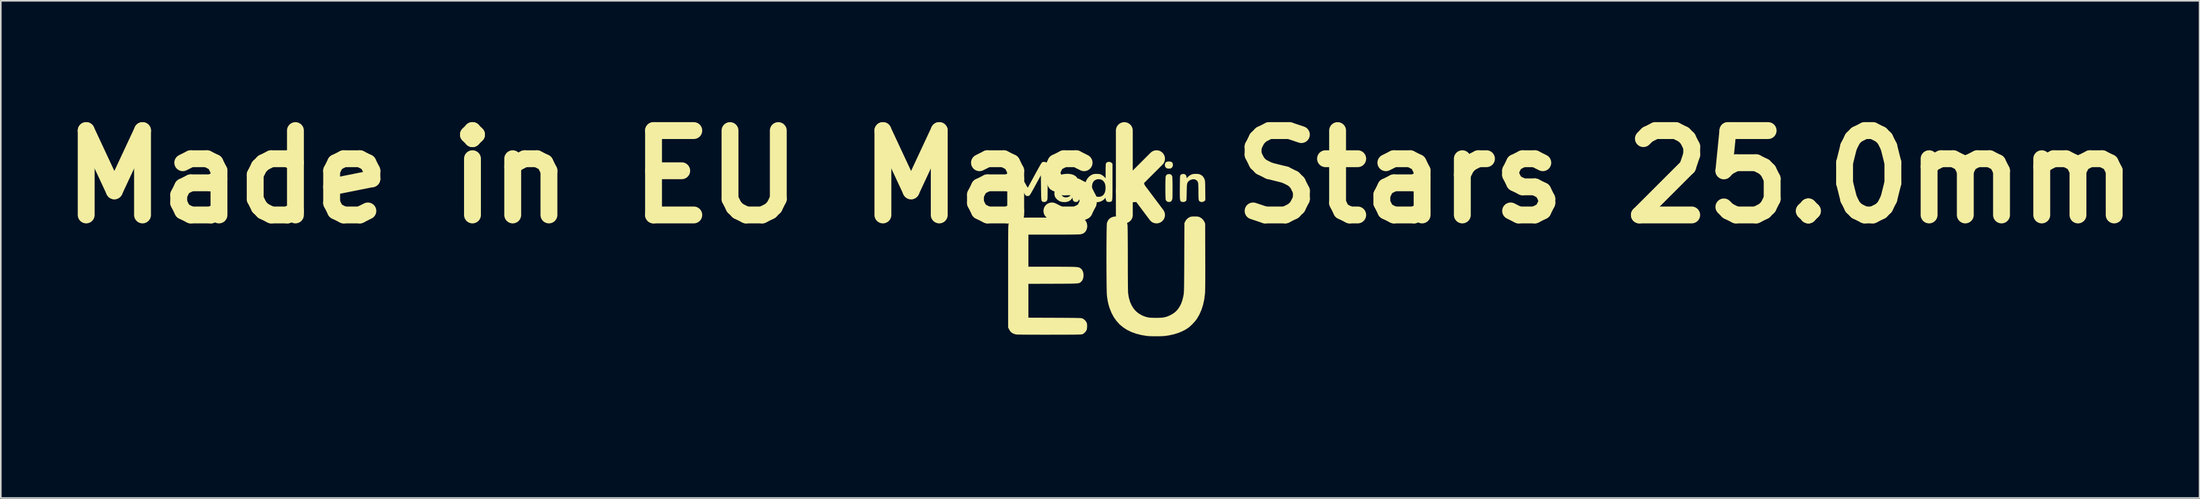
<source format=kicad_pcb>
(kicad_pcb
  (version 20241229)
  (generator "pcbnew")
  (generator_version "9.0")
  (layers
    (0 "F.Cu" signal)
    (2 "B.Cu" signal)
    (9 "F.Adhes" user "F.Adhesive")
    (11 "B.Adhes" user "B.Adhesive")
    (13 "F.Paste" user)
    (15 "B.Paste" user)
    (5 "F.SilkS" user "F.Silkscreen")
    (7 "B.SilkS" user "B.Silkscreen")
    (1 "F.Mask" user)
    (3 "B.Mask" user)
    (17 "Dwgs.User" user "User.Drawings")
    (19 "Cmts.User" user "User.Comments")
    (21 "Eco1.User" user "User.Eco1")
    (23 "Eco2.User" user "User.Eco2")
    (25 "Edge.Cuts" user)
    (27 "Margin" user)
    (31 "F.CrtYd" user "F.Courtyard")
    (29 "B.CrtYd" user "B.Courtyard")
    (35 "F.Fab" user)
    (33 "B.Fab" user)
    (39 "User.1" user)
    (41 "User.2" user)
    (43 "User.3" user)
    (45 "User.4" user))
  (footprint "Made in EU Mask Stars 25.0mm"
    (layer "F.Cu")
    (at 65.11 12.419)
    (property "Reference" "Made in EU Mask Stars 25.0mm" (at 0 -4.5 180) (layer "F.SilkS") (effects (font (size 5.235 5.235) (thickness 1.045))))
    (attr board_only exclude_from_pos_files exclude_from_bom)
    (fp_poly (pts (xy 9.189 -7.11) (xy 9.189 -7.108) (xy 9.197 -7.085) (xy 9.215 -7.03) (xy 9.242 -6.948) (xy 9.276 -6.842) (xy 9.316 -6.718) (xy 9.361 -6.578) (xy 9.41 -6.428) (xy 9.415 -6.41) (xy 9.631 -5.74) (xy 10.371 -5.731) (xy 11.111 -5.722) (xy 10.514 -5.295) (xy 10.383 -5.2) (xy 10.262 -5.113) (xy 10.154 -5.035) (xy 10.063 -4.968) (xy 9.991 -4.914) (xy 9.942 -4.877) (xy 9.919 -4.859) (xy 9.918 -4.857) (xy 9.924 -4.838) (xy 9.94 -4.787) (xy 9.965 -4.709) (xy 9.997 -4.607) (xy 10.037 -4.485) (xy 10.081 -4.347) (xy 10.129 -4.197) (xy 10.139 -4.168) (xy 10.188 -4.017) (xy 10.233 -3.877) (xy 10.272 -3.752) (xy 10.305 -3.647) (xy 10.331 -3.564) (xy 10.347 -3.509) (xy 10.354 -3.484) (xy 10.354 -3.483) (xy 10.338 -3.492) (xy 10.296 -3.521) (xy 10.23 -3.567) (xy 10.144 -3.629) (xy 10.041 -3.703) (xy 9.924 -3.787) (xy 9.797 -3.88) (xy 9.765 -3.903) (xy 9.18 -4.33) (xy 8.623 -3.923) (xy 8.469 -3.81) (xy 8.343 -3.717) (xy 8.241 -3.644) (xy 8.162 -3.586) (xy 8.102 -3.544) (xy 8.059 -3.515) (xy 8.03 -3.498) (xy 8.014 -3.49) (xy 8.006 -3.491) (xy 8.005 -3.497) (xy 8.008 -3.509) (xy 8.009 -3.511) (xy 8.069 -3.693) (xy 8.128 -3.874) (xy 8.184 -4.05) (xy 8.238 -4.218) (xy 8.287 -4.375) (xy 8.331 -4.516) (xy 8.368 -4.639) (xy 8.398 -4.739) (xy 8.419 -4.814) (xy 8.43 -4.861) (xy 8.431 -4.874) (xy 8.413 -4.887) (xy 8.369 -4.919) (xy 8.3 -4.968) (xy 8.212 -5.032) (xy 8.107 -5.107) (xy 7.988 -5.192) (xy 7.859 -5.284) (xy 7.833 -5.303) (xy 7.25 -5.722) (xy 7.988 -5.727) (xy 8.725 -5.732) (xy 8.885 -6.229) (xy 8.951 -6.432) (xy 9.006 -6.603) (xy 9.052 -6.744) (xy 9.089 -6.857) (xy 9.118 -6.945) (xy 9.141 -7.012) (xy 9.158 -7.059) (xy 9.171 -7.09) (xy 9.179 -7.107) (xy 9.185 -7.113)) (stroke (width 0) (type solid)) (fill yes) (layer "F.Mask"))
    (fp_poly (pts (xy 0.024 8.807) (xy 0.041 8.862) (xy 0.068 8.944) (xy 0.101 9.049) (xy 0.141 9.174) (xy 0.186 9.314) (xy 0.234 9.465) (xy 0.242 9.49) (xy 0.46 10.169) (xy 1.192 10.178) (xy 1.924 10.188) (xy 1.376 10.581) (xy 1.248 10.673) (xy 1.129 10.759) (xy 1.021 10.836) (xy 0.93 10.903) (xy 0.857 10.956) (xy 0.808 10.992) (xy 0.786 11.009) (xy 0.743 11.044) (xy 0.959 11.713) (xy 1.007 11.865) (xy 1.053 12.006) (xy 1.093 12.132) (xy 1.128 12.239) (xy 1.155 12.324) (xy 1.174 12.381) (xy 1.183 12.408) (xy 1.183 12.409) (xy 1.183 12.425) (xy 1.168 12.417) (xy 1.142 12.397) (xy 1.091 12.36) (xy 1.019 12.308) (xy 0.931 12.243) (xy 0.83 12.17) (xy 0.721 12.09) (xy 0.607 12.007) (xy 0.493 11.925) (xy 0.382 11.844) (xy 0.28 11.77) (xy 0.189 11.705) (xy 0.115 11.651) (xy 0.06 11.611) (xy 0.03 11.59) (xy 0.025 11.587) (xy 0.007 11.595) (xy -0.037 11.623) (xy -0.103 11.667) (xy -0.188 11.724) (xy -0.288 11.793) (xy -0.397 11.87) (xy -0.514 11.952) (xy -0.633 12.037) (xy -0.752 12.122) (xy -0.865 12.204) (xy -0.969 12.28) (xy -1.061 12.348) (xy -1.136 12.405) (xy -1.153 12.418) (xy -1.172 12.429) (xy -1.169 12.412) (xy -1.169 12.411) (xy -1.161 12.387) (xy -1.143 12.332) (xy -1.117 12.251) (xy -1.084 12.151) (xy -1.047 12.034) (xy -1.006 11.907) (xy -0.963 11.775) (xy -0.921 11.642) (xy -0.879 11.513) (xy -0.841 11.394) (xy -0.807 11.289) (xy -0.78 11.203) (xy -0.761 11.142) (xy -0.752 11.114) (xy -0.728 11.036) (xy -1.325 10.607) (xy -1.922 10.178) (xy -1.185 10.178) (xy -0.449 10.178) (xy -0.316 9.764) (xy -0.271 9.623) (xy -0.222 9.472) (xy -0.174 9.322) (xy -0.13 9.184) (xy -0.093 9.068) (xy -0.088 9.054) (xy -0.056 8.958) (xy -0.028 8.878) (xy -0.005 8.82) (xy 0.01 8.787) (xy 0.016 8.784)) (stroke (width 0) (type solid)) (fill yes) (layer "F.Mask"))
    (fp_poly (pts (xy -5.137 -10.532) (xy -5.092 -10.39) (xy -5.045 -10.247) (xy -5.001 -10.109) (xy -4.96 -9.985) (xy -4.927 -9.883) (xy -4.91 -9.83) (xy -4.835 -9.602) (xy -4.097 -9.597) (xy -3.359 -9.592) (xy -3.889 -9.212) (xy -4.016 -9.121) (xy -4.136 -9.035) (xy -4.245 -8.956) (xy -4.339 -8.888) (xy -4.413 -8.834) (xy -4.465 -8.796) (xy -4.487 -8.78) (xy -4.554 -8.727) (xy -4.334 -8.044) (xy -4.285 -7.892) (xy -4.241 -7.752) (xy -4.201 -7.626) (xy -4.168 -7.52) (xy -4.143 -7.437) (xy -4.127 -7.381) (xy -4.12 -7.356) (xy -4.12 -7.354) (xy -4.136 -7.364) (xy -4.179 -7.393) (xy -4.244 -7.439) (xy -4.33 -7.5) (xy -4.433 -7.574) (xy -4.549 -7.657) (xy -4.675 -7.749) (xy -4.69 -7.76) (xy -4.818 -7.853) (xy -4.937 -7.94) (xy -5.043 -8.017) (xy -5.134 -8.082) (xy -5.205 -8.133) (xy -5.254 -8.166) (xy -5.276 -8.181) (xy -5.277 -8.181) (xy -5.296 -8.173) (xy -5.343 -8.144) (xy -5.412 -8.098) (xy -5.501 -8.037) (xy -5.607 -7.964) (xy -5.725 -7.879) (xy -5.853 -7.787) (xy -5.876 -7.77) (xy -6.005 -7.676) (xy -6.124 -7.59) (xy -6.23 -7.513) (xy -6.32 -7.449) (xy -6.391 -7.398) (xy -6.438 -7.365) (xy -6.46 -7.35) (xy -6.461 -7.35) (xy -6.457 -7.367) (xy -6.444 -7.416) (xy -6.421 -7.492) (xy -6.39 -7.592) (xy -6.352 -7.713) (xy -6.308 -7.85) (xy -6.261 -7.999) (xy -6.249 -8.034) (xy -6.2 -8.186) (xy -6.155 -8.327) (xy -6.115 -8.452) (xy -6.081 -8.559) (xy -6.055 -8.643) (xy -6.037 -8.7) (xy -6.029 -8.726) (xy -6.029 -8.727) (xy -6.043 -8.739) (xy -6.085 -8.771) (xy -6.151 -8.82) (xy -6.237 -8.883) (xy -6.34 -8.958) (xy -6.458 -9.043) (xy -6.586 -9.136) (xy -6.626 -9.164) (xy -7.223 -9.592) (xy -6.482 -9.597) (xy -5.74 -9.602) (xy -5.565 -10.155) (xy -5.519 -10.3) (xy -5.474 -10.441) (xy -5.432 -10.572) (xy -5.395 -10.687) (xy -5.365 -10.78) (xy -5.344 -10.845) (xy -5.34 -10.858) (xy -5.29 -11.006)) (stroke (width 0) (type solid)) (fill yes) (layer "F.Mask"))
    (fp_poly (pts (xy -5.279 7.397) (xy -5.261 7.443) (xy -5.234 7.517) (xy -5.2 7.616) (xy -5.16 7.735) (xy -5.115 7.871) (xy -5.067 8.021) (xy -5.052 8.067) (xy -4.83 8.764) (xy -4.093 8.769) (xy -3.355 8.773) (xy -3.948 9.199) (xy -4.078 9.293) (xy -4.199 9.381) (xy -4.307 9.459) (xy -4.397 9.526) (xy -4.469 9.58) (xy -4.517 9.617) (xy -4.539 9.636) (xy -4.54 9.637) (xy -4.535 9.658) (xy -4.519 9.709) (xy -4.494 9.788) (xy -4.462 9.891) (xy -4.423 10.013) (xy -4.38 10.15) (xy -4.332 10.3) (xy -4.326 10.318) (xy -4.278 10.468) (xy -4.234 10.608) (xy -4.195 10.732) (xy -4.163 10.837) (xy -4.138 10.919) (xy -4.122 10.974) (xy -4.116 10.998) (xy -4.117 10.999) (xy -4.132 10.994) (xy -4.172 10.971) (xy -4.228 10.933) (xy -4.28 10.896) (xy -4.338 10.853) (xy -4.42 10.793) (xy -4.521 10.719) (xy -4.634 10.637) (xy -4.753 10.55) (xy -4.859 10.472) (xy -5.281 10.163) (xy -5.79 10.535) (xy -5.914 10.626) (xy -6.033 10.713) (xy -6.141 10.791) (xy -6.235 10.859) (xy -6.309 10.913) (xy -6.361 10.95) (xy -6.38 10.964) (xy -6.426 10.996) (xy -6.449 11.007) (xy -6.454 10.999) (xy -6.448 10.976) (xy -6.439 10.949) (xy -6.42 10.89) (xy -6.393 10.805) (xy -6.359 10.697) (xy -6.318 10.571) (xy -6.274 10.431) (xy -6.23 10.294) (xy -6.183 10.147) (xy -6.14 10.01) (xy -6.103 9.888) (xy -6.073 9.786) (xy -6.05 9.706) (xy -6.037 9.654) (xy -6.034 9.634) (xy -6.051 9.618) (xy -6.094 9.583) (xy -6.162 9.532) (xy -6.249 9.466) (xy -6.354 9.389) (xy -6.472 9.303) (xy -6.6 9.21) (xy -6.625 9.192) (xy -7.208 8.773) (xy -6.47 8.769) (xy -5.732 8.764) (xy -5.697 8.648) (xy -5.66 8.53) (xy -5.619 8.4) (xy -5.575 8.261) (xy -5.53 8.119) (xy -5.484 7.977) (xy -5.44 7.841) (xy -5.399 7.714) (xy -5.362 7.602) (xy -5.331 7.508) (xy -5.307 7.437) (xy -5.292 7.395) (xy -5.287 7.383)) (stroke (width 0) (type solid)) (fill yes) (layer "F.Mask"))
    (fp_poly (pts (xy 5.303 7.385) (xy 5.311 7.404) (xy 5.322 7.436) (xy 5.339 7.486) (xy 5.362 7.554) (xy 5.392 7.645) (xy 5.429 7.76) (xy 5.475 7.902) (xy 5.53 8.074) (xy 5.596 8.278) (xy 5.61 8.322) (xy 5.751 8.764) (xy 6.487 8.769) (xy 7.223 8.773) (xy 6.641 9.192) (xy 6.512 9.286) (xy 6.391 9.372) (xy 6.283 9.45) (xy 6.192 9.516) (xy 6.119 9.568) (xy 6.07 9.603) (xy 6.047 9.62) (xy 6.046 9.62) (xy 6.048 9.64) (xy 6.061 9.69) (xy 6.083 9.769) (xy 6.113 9.871) (xy 6.15 9.993) (xy 6.193 10.131) (xy 6.241 10.281) (xy 6.253 10.317) (xy 6.302 10.469) (xy 6.347 10.61) (xy 6.387 10.736) (xy 6.42 10.842) (xy 6.446 10.926) (xy 6.462 10.982) (xy 6.469 11.008) (xy 6.469 11.009) (xy 6.454 11) (xy 6.411 10.971) (xy 6.345 10.925) (xy 6.259 10.863) (xy 6.156 10.789) (xy 6.039 10.705) (xy 5.912 10.612) (xy 5.88 10.589) (xy 5.297 10.163) (xy 5.202 10.233) (xy 5.078 10.324) (xy 4.949 10.419) (xy 4.817 10.515) (xy 4.688 10.609) (xy 4.563 10.7) (xy 4.448 10.784) (xy 4.344 10.858) (xy 4.256 10.921) (xy 4.187 10.97) (xy 4.141 11.002) (xy 4.121 11.016) (xy 4.121 11.016) (xy 4.117 11.004) (xy 4.118 11.002) (xy 4.125 10.982) (xy 4.142 10.931) (xy 4.167 10.855) (xy 4.199 10.758) (xy 4.236 10.643) (xy 4.277 10.518) (xy 4.32 10.385) (xy 4.364 10.25) (xy 4.406 10.117) (xy 4.447 9.991) (xy 4.483 9.878) (xy 4.514 9.78) (xy 4.538 9.704) (xy 4.553 9.654) (xy 4.559 9.634) (xy 4.559 9.634) (xy 4.544 9.622) (xy 4.503 9.591) (xy 4.437 9.543) (xy 4.351 9.48) (xy 4.248 9.405) (xy 4.131 9.32) (xy 4.002 9.227) (xy 3.965 9.2) (xy 3.371 8.773) (xy 4.109 8.764) (xy 4.846 8.755) (xy 5.069 8.062) (xy 5.118 7.909) (xy 5.164 7.769) (xy 5.205 7.644) (xy 5.24 7.539) (xy 5.269 7.457) (xy 5.288 7.402) (xy 5.299 7.378) (xy 5.3 7.377)) (stroke (width 0) (type solid)) (fill yes) (layer "F.Mask"))
    (fp_poly (pts (xy 0.019 -12.398) (xy 0.036 -12.346) (xy 0.062 -12.266) (xy 0.095 -12.162) (xy 0.134 -12.038) (xy 0.179 -11.899) (xy 0.227 -11.748) (xy 0.238 -11.713) (xy 0.458 -11.025) (xy 1.192 -11.016) (xy 1.926 -11.006) (xy 1.335 -10.582) (xy 1.205 -10.488) (xy 1.084 -10.401) (xy 0.977 -10.323) (xy 0.886 -10.257) (xy 0.815 -10.204) (xy 0.767 -10.168) (xy 0.745 -10.15) (xy 0.744 -10.149) (xy 0.75 -10.131) (xy 0.765 -10.082) (xy 0.789 -10.007) (xy 0.82 -9.91) (xy 0.856 -9.797) (xy 0.896 -9.672) (xy 0.938 -9.54) (xy 0.981 -9.405) (xy 1.024 -9.273) (xy 1.064 -9.147) (xy 1.101 -9.033) (xy 1.133 -8.936) (xy 1.158 -8.859) (xy 1.172 -8.815) (xy 1.178 -8.799) (xy 1.183 -8.786) (xy 1.183 -8.778) (xy 1.177 -8.777) (xy 1.161 -8.784) (xy 1.133 -8.802) (xy 1.09 -8.832) (xy 1.029 -8.875) (xy 0.948 -8.934) (xy 0.844 -9.01) (xy 0.713 -9.105) (xy 0.633 -9.164) (xy 0.509 -9.254) (xy 0.392 -9.339) (xy 0.287 -9.416) (xy 0.197 -9.481) (xy 0.127 -9.532) (xy 0.08 -9.566) (xy 0.063 -9.579) (xy 0.004 -9.62) (xy -0.496 -9.255) (xy -0.62 -9.164) (xy -0.739 -9.078) (xy -0.847 -8.998) (xy -0.941 -8.93) (xy -1.017 -8.875) (xy -1.069 -8.837) (xy -1.086 -8.824) (xy -1.136 -8.788) (xy -1.161 -8.774) (xy -1.169 -8.778) (xy -1.163 -8.8) (xy -1.163 -8.803) (xy -1.154 -8.829) (xy -1.136 -8.886) (xy -1.11 -8.968) (xy -1.077 -9.071) (xy -1.039 -9.188) (xy -0.998 -9.317) (xy -0.955 -9.451) (xy -0.912 -9.585) (xy -0.87 -9.716) (xy -0.831 -9.837) (xy -0.797 -9.944) (xy -0.769 -10.032) (xy -0.748 -10.095) (xy -0.737 -10.13) (xy -0.736 -10.134) (xy -0.749 -10.149) (xy -0.789 -10.184) (xy -0.853 -10.235) (xy -0.938 -10.3) (xy -1.04 -10.376) (xy -1.157 -10.463) (xy -1.285 -10.555) (xy -1.32 -10.581) (xy -1.912 -11.006) (xy -1.18 -11.011) (xy -0.449 -11.016) (xy -0.316 -11.43) (xy -0.271 -11.571) (xy -0.222 -11.722) (xy -0.174 -11.872) (xy -0.13 -12.01) (xy -0.093 -12.126) (xy -0.088 -12.14) (xy -0.056 -12.237) (xy -0.029 -12.318) (xy -0.007 -12.379) (xy 0.008 -12.414) (xy 0.012 -12.419)) (stroke (width 0) (type solid)) (fill yes) (layer "F.Mask"))
    (fp_poly (pts (xy 9.185 3.503) (xy 9.202 3.55) (xy 9.228 3.626) (xy 9.261 3.725) (xy 9.301 3.845) (xy 9.346 3.981) (xy 9.394 4.131) (xy 9.408 4.173) (xy 9.631 4.866) (xy 10.373 4.875) (xy 11.116 4.884) (xy 10.533 5.303) (xy 10.402 5.397) (xy 10.281 5.484) (xy 10.173 5.561) (xy 10.08 5.627) (xy 10.007 5.68) (xy 9.957 5.716) (xy 9.933 5.733) (xy 9.932 5.734) (xy 9.933 5.754) (xy 9.945 5.806) (xy 9.967 5.887) (xy 9.999 5.995) (xy 10.038 6.126) (xy 10.086 6.277) (xy 10.138 6.44) (xy 10.187 6.593) (xy 10.232 6.735) (xy 10.273 6.861) (xy 10.307 6.968) (xy 10.333 7.052) (xy 10.351 7.109) (xy 10.358 7.136) (xy 10.359 7.138) (xy 10.343 7.128) (xy 10.301 7.098) (xy 10.236 7.051) (xy 10.15 6.989) (xy 10.047 6.914) (xy 9.931 6.829) (xy 9.803 6.736) (xy 9.771 6.712) (xy 9.622 6.604) (xy 9.5 6.515) (xy 9.403 6.445) (xy 9.326 6.392) (xy 9.268 6.352) (xy 9.225 6.326) (xy 9.194 6.31) (xy 9.173 6.304) (xy 9.158 6.304) (xy 9.147 6.308) (xy 9.124 6.325) (xy 9.074 6.36) (xy 9.001 6.413) (xy 8.909 6.479) (xy 8.802 6.557) (xy 8.683 6.644) (xy 8.563 6.731) (xy 8.438 6.822) (xy 8.323 6.906) (xy 8.221 6.979) (xy 8.135 7.04) (xy 8.069 7.086) (xy 8.027 7.114) (xy 8.01 7.123) (xy 8.014 7.105) (xy 8.029 7.055) (xy 8.052 6.977) (xy 8.084 6.875) (xy 8.122 6.754) (xy 8.166 6.617) (xy 8.214 6.467) (xy 8.224 6.438) (xy 8.273 6.286) (xy 8.317 6.146) (xy 8.357 6.021) (xy 8.39 5.914) (xy 8.415 5.831) (xy 8.431 5.775) (xy 8.437 5.749) (xy 8.437 5.748) (xy 8.42 5.733) (xy 8.379 5.702) (xy 8.318 5.656) (xy 8.244 5.602) (xy 8.211 5.579) (xy 8.13 5.52) (xy 8.027 5.446) (xy 7.909 5.361) (xy 7.786 5.272) (xy 7.664 5.184) (xy 7.62 5.153) (xy 7.248 4.884) (xy 7.99 4.875) (xy 8.731 4.866) (xy 8.951 4.181) (xy 9 4.028) (xy 9.045 3.888) (xy 9.086 3.762) (xy 9.121 3.655) (xy 9.148 3.572) (xy 9.167 3.515) (xy 9.177 3.489) (xy 9.178 3.488)) (stroke (width 0) (type solid)) (fill yes) (layer "F.Mask"))
    (fp_poly (pts (xy -9.157 3.498) (xy -9.15 3.522) (xy -9.132 3.577) (xy -9.105 3.659) (xy -9.071 3.764) (xy -9.031 3.889) (xy -8.986 4.028) (xy -8.937 4.179) (xy -8.932 4.196) (xy -8.716 4.866) (xy -7.973 4.875) (xy -7.23 4.884) (xy -7.825 5.311) (xy -7.956 5.405) (xy -8.078 5.492) (xy -8.186 5.57) (xy -8.278 5.636) (xy -8.351 5.688) (xy -8.4 5.723) (xy -8.424 5.74) (xy -8.426 5.742) (xy -8.421 5.76) (xy -8.407 5.809) (xy -8.383 5.886) (xy -8.352 5.988) (xy -8.313 6.109) (xy -8.269 6.247) (xy -8.221 6.397) (xy -8.208 6.44) (xy -8.158 6.593) (xy -8.113 6.734) (xy -8.073 6.861) (xy -8.039 6.968) (xy -8.013 7.052) (xy -7.996 7.109) (xy -7.988 7.136) (xy -7.988 7.137) (xy -8.003 7.127) (xy -8.045 7.097) (xy -8.111 7.05) (xy -8.196 6.988) (xy -8.298 6.914) (xy -8.414 6.829) (xy -8.54 6.737) (xy -8.559 6.722) (xy -8.688 6.628) (xy -8.807 6.541) (xy -8.914 6.463) (xy -9.005 6.397) (xy -9.077 6.346) (xy -9.126 6.311) (xy -9.149 6.296) (xy -9.15 6.295) (xy -9.169 6.304) (xy -9.215 6.332) (xy -9.285 6.378) (xy -9.374 6.439) (xy -9.479 6.513) (xy -9.598 6.598) (xy -9.726 6.691) (xy -9.759 6.715) (xy -9.889 6.809) (xy -10.008 6.896) (xy -10.114 6.973) (xy -10.204 7.038) (xy -10.275 7.089) (xy -10.323 7.123) (xy -10.345 7.137) (xy -10.346 7.138) (xy -10.34 7.12) (xy -10.325 7.07) (xy -10.3 6.992) (xy -10.267 6.89) (xy -10.228 6.769) (xy -10.184 6.631) (xy -10.136 6.481) (xy -10.124 6.446) (xy -10.075 6.293) (xy -10.03 6.152) (xy -9.991 6.025) (xy -9.958 5.918) (xy -9.933 5.833) (xy -9.917 5.775) (xy -9.911 5.748) (xy -9.911 5.746) (xy -9.927 5.733) (xy -9.971 5.7) (xy -10.038 5.65) (xy -10.125 5.586) (xy -10.23 5.51) (xy -10.348 5.425) (xy -10.476 5.332) (xy -10.509 5.309) (xy -11.099 4.884) (xy -10.356 4.875) (xy -9.613 4.866) (xy -9.467 4.41) (xy -9.422 4.269) (xy -9.376 4.125) (xy -9.332 3.985) (xy -9.291 3.859) (xy -9.258 3.756) (xy -9.245 3.712) (xy -9.216 3.627) (xy -9.191 3.559) (xy -9.171 3.514) (xy -9.159 3.497)) (stroke (width 0) (type solid)) (fill yes) (layer "F.Mask"))
    (fp_poly (pts (xy 5.328 -10.954) (xy 5.346 -10.9) (xy 5.372 -10.818) (xy 5.406 -10.712) (xy 5.446 -10.588) (xy 5.491 -10.449) (xy 5.54 -10.298) (xy 5.545 -10.281) (xy 5.761 -9.611) (xy 6.503 -9.601) (xy 7.245 -9.592) (xy 6.651 -9.166) (xy 6.52 -9.072) (xy 6.399 -8.985) (xy 6.29 -8.907) (xy 6.198 -8.841) (xy 6.126 -8.789) (xy 6.076 -8.754) (xy 6.053 -8.737) (xy 6.051 -8.736) (xy 6.056 -8.718) (xy 6.07 -8.668) (xy 6.094 -8.591) (xy 6.126 -8.49) (xy 6.164 -8.369) (xy 6.208 -8.231) (xy 6.256 -8.082) (xy 6.268 -8.046) (xy 6.317 -7.893) (xy 6.362 -7.752) (xy 6.401 -7.627) (xy 6.434 -7.52) (xy 6.46 -7.437) (xy 6.477 -7.38) (xy 6.484 -7.354) (xy 6.484 -7.353) (xy 6.468 -7.362) (xy 6.425 -7.391) (xy 6.36 -7.437) (xy 6.274 -7.498) (xy 6.171 -7.572) (xy 6.055 -7.656) (xy 5.929 -7.748) (xy 5.91 -7.762) (xy 5.781 -7.856) (xy 5.661 -7.942) (xy 5.554 -8.018) (xy 5.462 -8.082) (xy 5.389 -8.132) (xy 5.339 -8.165) (xy 5.315 -8.178) (xy 5.314 -8.178) (xy 5.293 -8.167) (xy 5.246 -8.137) (xy 5.175 -8.089) (xy 5.085 -8.027) (xy 4.98 -7.952) (xy 4.861 -7.867) (xy 4.734 -7.775) (xy 4.719 -7.764) (xy 4.591 -7.671) (xy 4.473 -7.585) (xy 4.368 -7.509) (xy 4.279 -7.445) (xy 4.21 -7.396) (xy 4.163 -7.363) (xy 4.143 -7.35) (xy 4.142 -7.35) (xy 4.141 -7.365) (xy 4.15 -7.401) (xy 4.175 -7.478) (xy 4.207 -7.576) (xy 4.244 -7.691) (xy 4.285 -7.818) (xy 4.328 -7.952) (xy 4.371 -8.088) (xy 4.414 -8.223) (xy 4.455 -8.351) (xy 4.492 -8.468) (xy 4.523 -8.57) (xy 4.548 -8.651) (xy 4.565 -8.707) (xy 4.573 -8.734) (xy 4.573 -8.736) (xy 4.558 -8.747) (xy 4.515 -8.778) (xy 4.449 -8.825) (xy 4.362 -8.888) (xy 4.258 -8.963) (xy 4.14 -9.047) (xy 4.012 -9.14) (xy 3.975 -9.166) (xy 3.382 -9.592) (xy 4.123 -9.601) (xy 4.864 -9.611) (xy 4.995 -10.02) (xy 5.04 -10.16) (xy 5.088 -10.31) (xy 5.135 -10.457) (xy 5.178 -10.593) (xy 5.214 -10.705) (xy 5.218 -10.717) (xy 5.249 -10.812) (xy 5.277 -10.89) (xy 5.3 -10.946) (xy 5.315 -10.976) (xy 5.32 -10.978)) (stroke (width 0) (type solid)) (fill yes) (layer "F.Mask"))
    (fp_poly (pts (xy -9.154 -7.083) (xy -9.137 -7.033) (xy -9.111 -6.954) (xy -9.077 -6.852) (xy -9.037 -6.73) (xy -8.993 -6.592) (xy -8.944 -6.442) (xy -8.933 -6.408) (xy -8.714 -5.722) (xy -7.977 -5.713) (xy -7.24 -5.703) (xy -7.835 -5.276) (xy -7.987 -5.167) (xy -8.11 -5.077) (xy -8.209 -5.004) (xy -8.285 -4.947) (xy -8.341 -4.903) (xy -8.38 -4.869) (xy -8.404 -4.845) (xy -8.416 -4.827) (xy -8.418 -4.814) (xy -8.418 -4.811) (xy -8.408 -4.782) (xy -8.39 -4.723) (xy -8.363 -4.64) (xy -8.33 -4.537) (xy -8.292 -4.418) (xy -8.251 -4.29) (xy -8.208 -4.157) (xy -8.165 -4.023) (xy -8.124 -3.894) (xy -8.085 -3.774) (xy -8.051 -3.669) (xy -8.024 -3.582) (xy -8.004 -3.52) (xy -7.993 -3.487) (xy -7.992 -3.483) (xy -7.994 -3.468) (xy -8.006 -3.473) (xy -8.025 -3.485) (xy -8.069 -3.517) (xy -8.135 -3.565) (xy -8.219 -3.626) (xy -8.317 -3.696) (xy -8.424 -3.774) (xy -8.537 -3.856) (xy -8.652 -3.939) (xy -8.763 -4.02) (xy -8.868 -4.096) (xy -8.962 -4.165) (xy -9.041 -4.222) (xy -9.101 -4.266) (xy -9.138 -4.294) (xy -9.146 -4.299) (xy -9.165 -4.292) (xy -9.21 -4.265) (xy -9.28 -4.219) (xy -9.37 -4.158) (xy -9.478 -4.082) (xy -9.6 -3.995) (xy -9.734 -3.898) (xy -9.749 -3.887) (xy -9.879 -3.793) (xy -9.999 -3.706) (xy -10.106 -3.628) (xy -10.197 -3.563) (xy -10.269 -3.512) (xy -10.318 -3.477) (xy -10.341 -3.462) (xy -10.342 -3.461) (xy -10.343 -3.475) (xy -10.339 -3.489) (xy -10.331 -3.513) (xy -10.313 -3.568) (xy -10.286 -3.65) (xy -10.252 -3.755) (xy -10.212 -3.879) (xy -10.167 -4.018) (xy -10.12 -4.164) (xy -10.072 -4.312) (xy -10.028 -4.45) (xy -9.989 -4.572) (xy -9.955 -4.675) (xy -9.93 -4.755) (xy -9.912 -4.808) (xy -9.905 -4.829) (xy -9.919 -4.844) (xy -9.959 -4.877) (xy -10.023 -4.928) (xy -10.108 -4.992) (xy -10.211 -5.069) (xy -10.328 -5.155) (xy -10.456 -5.248) (xy -10.494 -5.276) (xy -11.09 -5.703) (xy -10.353 -5.713) (xy -9.616 -5.722) (xy -9.527 -6.001) (xy -9.493 -6.106) (xy -9.451 -6.235) (xy -9.405 -6.38) (xy -9.357 -6.528) (xy -9.312 -6.67) (xy -9.304 -6.696) (xy -9.266 -6.812) (xy -9.231 -6.915) (xy -9.202 -7.001) (xy -9.18 -7.063) (xy -9.166 -7.097) (xy -9.162 -7.102)) (stroke (width 0) (type solid)) (fill yes) (layer "F.Mask"))
    (fp_poly (pts (xy -10.582 -1.794) (xy -10.564 -1.748) (xy -10.538 -1.674) (xy -10.504 -1.575) (xy -10.464 -1.456) (xy -10.419 -1.319) (xy -10.371 -1.17) (xy -10.356 -1.124) (xy -10.134 -0.428) (xy -9.402 -0.428) (xy -9.204 -0.428) (xy -9.036 -0.426) (xy -8.898 -0.424) (xy -8.793 -0.421) (xy -8.721 -0.417) (xy -8.685 -0.413) (xy -8.68 -0.41) (xy -8.697 -0.395) (xy -8.741 -0.362) (xy -8.809 -0.311) (xy -8.897 -0.247) (xy -9.001 -0.171) (xy -9.119 -0.085) (xy -9.247 0.007) (xy -9.267 0.021) (xy -9.396 0.114) (xy -9.515 0.201) (xy -9.62 0.279) (xy -9.709 0.345) (xy -9.778 0.398) (xy -9.824 0.434) (xy -9.843 0.452) (xy -9.843 0.452) (xy -9.838 0.474) (xy -9.822 0.526) (xy -9.797 0.606) (xy -9.765 0.709) (xy -9.726 0.832) (xy -9.682 0.97) (xy -9.634 1.12) (xy -9.628 1.139) (xy -9.58 1.289) (xy -9.536 1.428) (xy -9.497 1.552) (xy -9.465 1.656) (xy -9.44 1.737) (xy -9.425 1.792) (xy -9.42 1.815) (xy -9.42 1.815) (xy -9.436 1.807) (xy -9.479 1.778) (xy -9.545 1.732) (xy -9.631 1.671) (xy -9.734 1.597) (xy -9.851 1.513) (xy -9.977 1.421) (xy -10.001 1.404) (xy -10.143 1.3) (xy -10.271 1.209) (xy -10.382 1.131) (xy -10.473 1.069) (xy -10.542 1.025) (xy -10.585 0.999) (xy -10.601 0.994) (xy -10.621 1.007) (xy -10.668 1.04) (xy -10.738 1.089) (xy -10.828 1.153) (xy -10.933 1.229) (xy -11.05 1.314) (xy -11.17 1.401) (xy -11.319 1.509) (xy -11.44 1.598) (xy -11.537 1.668) (xy -11.612 1.722) (xy -11.668 1.762) (xy -11.707 1.79) (xy -11.734 1.808) (xy -11.749 1.817) (xy -11.757 1.819) (xy -11.76 1.817) (xy -11.76 1.814) (xy -11.754 1.794) (xy -11.739 1.743) (xy -11.714 1.664) (xy -11.681 1.562) (xy -11.643 1.441) (xy -11.598 1.303) (xy -11.55 1.155) (xy -11.546 1.141) (xy -11.498 0.991) (xy -11.453 0.851) (xy -11.414 0.726) (xy -11.38 0.621) (xy -11.355 0.538) (xy -11.338 0.482) (xy -11.332 0.457) (xy -11.332 0.456) (xy -11.347 0.441) (xy -11.388 0.406) (xy -11.454 0.355) (xy -11.54 0.29) (xy -11.643 0.213) (xy -11.76 0.127) (xy -11.887 0.035) (xy -11.909 0.019) (xy -12.039 -0.074) (xy -12.158 -0.161) (xy -12.265 -0.239) (xy -12.356 -0.305) (xy -12.426 -0.357) (xy -12.474 -0.394) (xy -12.496 -0.411) (xy -12.497 -0.412) (xy -12.481 -0.415) (xy -12.432 -0.419) (xy -12.353 -0.422) (xy -12.248 -0.424) (xy -12.121 -0.426) (xy -11.975 -0.427) (xy -11.815 -0.428) (xy -11.771 -0.428) (xy -11.036 -0.428) (xy -11 -0.544) (xy -10.96 -0.671) (xy -10.917 -0.808) (xy -10.872 -0.952) (xy -10.825 -1.097) (xy -10.779 -1.24) (xy -10.735 -1.377) (xy -10.694 -1.502) (xy -10.658 -1.611) (xy -10.629 -1.701) (xy -10.606 -1.766) (xy -10.593 -1.802) (xy -10.59 -1.808)) (stroke (width 0) (type solid)) (fill yes) (layer "F.Mask"))
    (fp_poly (pts (xy 10.595 -1.807) (xy 10.613 -1.76) (xy 10.638 -1.688) (xy 10.668 -1.598) (xy 10.702 -1.494) (xy 10.702 -1.493) (xy 10.745 -1.361) (xy 10.794 -1.207) (xy 10.845 -1.047) (xy 10.894 -0.894) (xy 10.923 -0.805) (xy 11.037 -0.447) (xy 11.771 -0.447) (xy 11.932 -0.446) (xy 12.081 -0.445) (xy 12.213 -0.444) (xy 12.326 -0.442) (xy 12.414 -0.439) (xy 12.474 -0.437) (xy 12.502 -0.434) (xy 12.504 -0.433) (xy 12.489 -0.419) (xy 12.447 -0.386) (xy 12.381 -0.337) (xy 12.295 -0.273) (xy 12.192 -0.198) (xy 12.074 -0.113) (xy 11.946 -0.021) (xy 11.917 -0.00027) (xy 11.787 0.093) (xy 11.667 0.181) (xy 11.561 0.259) (xy 11.471 0.327) (xy 11.4 0.381) (xy 11.353 0.42) (xy 11.333 0.439) (xy 11.332 0.441) (xy 11.338 0.463) (xy 11.353 0.517) (xy 11.378 0.598) (xy 11.411 0.702) (xy 11.449 0.826) (xy 11.493 0.964) (xy 11.542 1.114) (xy 11.546 1.128) (xy 11.594 1.278) (xy 11.638 1.416) (xy 11.676 1.539) (xy 11.708 1.643) (xy 11.733 1.724) (xy 11.748 1.777) (xy 11.753 1.8) (xy 11.753 1.8) (xy 11.736 1.791) (xy 11.694 1.762) (xy 11.628 1.716) (xy 11.541 1.655) (xy 11.439 1.582) (xy 11.323 1.498) (xy 11.197 1.406) (xy 11.182 1.395) (xy 11.055 1.302) (xy 10.936 1.216) (xy 10.83 1.139) (xy 10.739 1.074) (xy 10.668 1.023) (xy 10.62 0.989) (xy 10.598 0.975) (xy 10.597 0.974) (xy 10.578 0.983) (xy 10.532 1.012) (xy 10.463 1.057) (xy 10.375 1.118) (xy 10.272 1.191) (xy 10.156 1.274) (xy 10.044 1.355) (xy 9.89 1.468) (xy 9.763 1.561) (xy 9.661 1.636) (xy 9.581 1.694) (xy 9.521 1.737) (xy 9.477 1.767) (xy 9.447 1.787) (xy 9.428 1.797) (xy 9.419 1.8) (xy 9.416 1.798) (xy 9.415 1.796) (xy 9.421 1.776) (xy 9.437 1.724) (xy 9.461 1.645) (xy 9.494 1.543) (xy 9.533 1.421) (xy 9.577 1.283) (xy 9.624 1.134) (xy 9.629 1.119) (xy 9.678 0.969) (xy 9.722 0.829) (xy 9.762 0.705) (xy 9.795 0.599) (xy 9.82 0.517) (xy 9.837 0.462) (xy 9.843 0.437) (xy 9.843 0.437) (xy 9.828 0.422) (xy 9.787 0.389) (xy 9.721 0.339) (xy 9.635 0.274) (xy 9.531 0.198) (xy 9.414 0.113) (xy 9.286 0.02) (xy 9.257 0) (xy 9.128 -0.093) (xy 9.008 -0.18) (xy 8.901 -0.257) (xy 8.811 -0.324) (xy 8.74 -0.376) (xy 8.693 -0.412) (xy 8.672 -0.43) (xy 8.672 -0.431) (xy 8.689 -0.433) (xy 8.74 -0.435) (xy 8.821 -0.436) (xy 8.926 -0.437) (xy 9.053 -0.436) (xy 9.197 -0.435) (xy 9.354 -0.433) (xy 9.395 -0.433) (xy 9.578 -0.43) (xy 9.727 -0.428) (xy 9.847 -0.427) (xy 9.939 -0.427) (xy 10.009 -0.428) (xy 10.059 -0.43) (xy 10.093 -0.434) (xy 10.114 -0.439) (xy 10.127 -0.446) (xy 10.134 -0.454) (xy 10.136 -0.458) (xy 10.145 -0.483) (xy 10.164 -0.54) (xy 10.192 -0.623) (xy 10.227 -0.73) (xy 10.268 -0.856) (xy 10.313 -0.996) (xy 10.361 -1.147) (xy 10.364 -1.158) (xy 10.412 -1.308) (xy 10.457 -1.446) (xy 10.497 -1.568) (xy 10.531 -1.671) (xy 10.558 -1.75) (xy 10.577 -1.802) (xy 10.586 -1.823) (xy 10.586 -1.823)) (stroke (width 0) (type solid)) (fill yes) (layer "F.Mask"))
    (fp_poly (pts (xy 4.34 -5.446) (xy 4.42 -5.421) (xy 4.473 -5.372) (xy 4.501 -5.299) (xy 4.506 -5.234) (xy 4.49 -5.142) (xy 4.445 -5.069) (xy 4.39 -5.029) (xy 4.327 -5.011) (xy 4.246 -5.008) (xy 4.165 -5.018) (xy 4.116 -5.033) (xy 4.059 -5.077) (xy 4.022 -5.142) (xy 4.006 -5.22) (xy 4.012 -5.299) (xy 4.043 -5.369) (xy 4.067 -5.397) (xy 4.106 -5.425) (xy 4.158 -5.441) (xy 4.231 -5.449)) (stroke (width 0) (type solid)) (fill yes) (layer "F.SilkS"))
    (fp_poly (pts (xy 4.351 -4.657) (xy 4.415 -4.616) (xy 4.455 -4.546) (xy 4.467 -4.502) (xy 4.471 -4.462) (xy 4.474 -4.391) (xy 4.477 -4.293) (xy 4.48 -4.176) (xy 4.482 -4.043) (xy 4.483 -3.902) (xy 4.483 -3.757) (xy 4.483 -3.615) (xy 4.483 -3.481) (xy 4.481 -3.36) (xy 4.479 -3.259) (xy 4.476 -3.182) (xy 4.472 -3.137) (xy 4.444 -3.043) (xy 4.409 -2.995) (xy 4.37 -2.96) (xy 4.329 -2.944) (xy 4.268 -2.94) (xy 4.265 -2.94) (xy 4.185 -2.949) (xy 4.126 -2.977) (xy 4.125 -2.978) (xy 4.087 -3.022) (xy 4.059 -3.079) (xy 4.057 -3.085) (xy 4.052 -3.123) (xy 4.048 -3.193) (xy 4.044 -3.289) (xy 4.041 -3.405) (xy 4.039 -3.538) (xy 4.038 -3.68) (xy 4.038 -3.827) (xy 4.039 -3.973) (xy 4.04 -4.113) (xy 4.042 -4.242) (xy 4.045 -4.353) (xy 4.049 -4.442) (xy 4.053 -4.502) (xy 4.057 -4.525) (xy 4.094 -4.602) (xy 4.156 -4.65) (xy 4.241 -4.67) (xy 4.263 -4.67)) (stroke (width 0) (type solid)) (fill yes) (layer "F.SilkS"))
    (fp_poly (pts (xy 2.076 -4.68) (xy 2.229 -4.647) (xy 2.37 -4.587) (xy 2.493 -4.501) (xy 2.595 -4.391) (xy 2.651 -4.3) (xy 2.699 -4.182) (xy 2.734 -4.049) (xy 2.752 -3.918) (xy 2.754 -3.878) (xy 2.754 -3.834) (xy 2.751 -3.799) (xy 2.741 -3.771) (xy 2.721 -3.75) (xy 2.687 -3.734) (xy 2.636 -3.723) (xy 2.564 -3.716) (xy 2.467 -3.712) (xy 2.341 -3.709) (xy 2.183 -3.707) (xy 2.11 -3.707) (xy 1.947 -3.705) (xy 1.817 -3.704) (xy 1.717 -3.702) (xy 1.644 -3.698) (xy 1.594 -3.69) (xy 1.564 -3.68) (xy 1.55 -3.664) (xy 1.548 -3.643) (xy 1.555 -3.615) (xy 1.568 -3.579) (xy 1.574 -3.561) (xy 1.616 -3.463) (xy 1.673 -3.391) (xy 1.752 -3.331) (xy 1.775 -3.319) (xy 1.82 -3.295) (xy 1.86 -3.28) (xy 1.904 -3.271) (xy 1.964 -3.267) (xy 2.048 -3.267) (xy 2.075 -3.267) (xy 2.171 -3.268) (xy 2.241 -3.273) (xy 2.296 -3.282) (xy 2.349 -3.299) (xy 2.4 -3.32) (xy 2.496 -3.358) (xy 2.566 -3.379) (xy 2.618 -3.381) (xy 2.659 -3.367) (xy 2.688 -3.343) (xy 2.729 -3.283) (xy 2.736 -3.223) (xy 2.713 -3.165) (xy 2.664 -3.109) (xy 2.593 -3.058) (xy 2.502 -3.013) (xy 2.396 -2.975) (xy 2.277 -2.947) (xy 2.151 -2.929) (xy 2.02 -2.924) (xy 1.887 -2.933) (xy 1.794 -2.949) (xy 1.618 -3.004) (xy 1.468 -3.085) (xy 1.345 -3.192) (xy 1.248 -3.324) (xy 1.181 -3.478) (xy 1.142 -3.654) (xy 1.133 -3.805) (xy 1.145 -3.963) (xy 1.541 -3.963) (xy 1.962 -3.963) (xy 2.382 -3.963) (xy 2.382 -4.024) (xy 2.374 -4.075) (xy 2.353 -4.141) (xy 2.336 -4.181) (xy 2.273 -4.278) (xy 2.187 -4.345) (xy 2.08 -4.382) (xy 2.041 -4.387) (xy 1.908 -4.382) (xy 1.79 -4.343) (xy 1.69 -4.275) (xy 1.613 -4.179) (xy 1.563 -4.059) (xy 1.554 -4.024) (xy 1.541 -3.963) (xy 1.145 -3.963) (xy 1.147 -3.999) (xy 1.192 -4.171) (xy 1.265 -4.32) (xy 1.368 -4.446) (xy 1.499 -4.549) (xy 1.593 -4.6) (xy 1.754 -4.657) (xy 1.916 -4.684)) (stroke (width 0) (type solid)) (fill yes) (layer "F.SilkS"))
    (fp_poly (pts (xy 6.016 -4.679) (xy 6.081 -4.674) (xy 6.132 -4.664) (xy 6.181 -4.646) (xy 6.22 -4.627) (xy 6.312 -4.571) (xy 6.383 -4.499) (xy 6.44 -4.402) (xy 6.463 -4.351) (xy 6.474 -4.321) (xy 6.483 -4.291) (xy 6.49 -4.256) (xy 6.495 -4.211) (xy 6.499 -4.152) (xy 6.502 -4.075) (xy 6.505 -3.974) (xy 6.507 -3.846) (xy 6.509 -3.686) (xy 6.509 -3.651) (xy 6.515 -3.051) (xy 6.459 -2.996) (xy 6.392 -2.952) (xy 6.309 -2.935) (xy 6.224 -2.945) (xy 6.166 -2.971) (xy 6.143 -2.99) (xy 6.124 -3.015) (xy 6.11 -3.05) (xy 6.1 -3.1) (xy 6.093 -3.169) (xy 6.088 -3.261) (xy 6.086 -3.38) (xy 6.085 -3.531) (xy 6.085 -3.589) (xy 6.084 -3.745) (xy 6.081 -3.881) (xy 6.077 -3.994) (xy 6.072 -4.078) (xy 6.066 -4.131) (xy 6.064 -4.139) (xy 6.022 -4.228) (xy 5.954 -4.297) (xy 5.869 -4.338) (xy 5.839 -4.345) (xy 5.733 -4.345) (xy 5.625 -4.319) (xy 5.53 -4.271) (xy 5.491 -4.239) (xy 5.457 -4.204) (xy 5.43 -4.171) (xy 5.409 -4.135) (xy 5.393 -4.091) (xy 5.382 -4.034) (xy 5.373 -3.96) (xy 5.368 -3.864) (xy 5.364 -3.741) (xy 5.36 -3.587) (xy 5.359 -3.541) (xy 5.356 -3.39) (xy 5.353 -3.272) (xy 5.35 -3.182) (xy 5.347 -3.116) (xy 5.342 -3.07) (xy 5.336 -3.038) (xy 5.328 -3.017) (xy 5.318 -3.003) (xy 5.311 -2.995) (xy 5.248 -2.956) (xy 5.168 -2.937) (xy 5.085 -2.941) (xy 5.048 -2.949) (xy 5.018 -2.96) (xy 4.994 -2.976) (xy 4.974 -3.001) (xy 4.959 -3.037) (xy 4.948 -3.089) (xy 4.941 -3.16) (xy 4.936 -3.252) (xy 4.934 -3.369) (xy 4.933 -3.515) (xy 4.934 -3.692) (xy 4.935 -3.837) (xy 4.936 -4.022) (xy 4.938 -4.174) (xy 4.94 -4.296) (xy 4.942 -4.392) (xy 4.944 -4.464) (xy 4.948 -4.518) (xy 4.952 -4.555) (xy 4.958 -4.581) (xy 4.965 -4.598) (xy 4.974 -4.61) (xy 4.976 -4.613) (xy 5.036 -4.654) (xy 5.115 -4.676) (xy 5.187 -4.675) (xy 5.263 -4.647) (xy 5.317 -4.59) (xy 5.347 -4.506) (xy 5.348 -4.498) (xy 5.361 -4.413) (xy 5.434 -4.493) (xy 5.502 -4.552) (xy 5.586 -4.607) (xy 5.624 -4.626) (xy 5.684 -4.651) (xy 5.736 -4.667) (xy 5.793 -4.676) (xy 5.868 -4.679) (xy 5.927 -4.68)) (stroke (width 0) (type solid)) (fill yes) (layer "F.SilkS"))
    (fp_poly (pts (xy 0.618 -5.418) (xy 0.686 -5.383) (xy 0.712 -5.36) (xy 0.763 -5.303) (xy 0.763 -4.195) (xy 0.763 -3.956) (xy 0.763 -3.751) (xy 0.762 -3.578) (xy 0.761 -3.433) (xy 0.759 -3.315) (xy 0.755 -3.22) (xy 0.751 -3.145) (xy 0.745 -3.088) (xy 0.737 -3.045) (xy 0.728 -3.015) (xy 0.716 -2.993) (xy 0.702 -2.978) (xy 0.685 -2.967) (xy 0.668 -2.958) (xy 0.614 -2.942) (xy 0.543 -2.938) (xy 0.473 -2.944) (xy 0.428 -2.959) (xy 0.389 -2.996) (xy 0.356 -3.057) (xy 0.337 -3.127) (xy 0.335 -3.158) (xy 0.335 -3.209) (xy 0.277 -3.138) (xy 0.177 -3.046) (xy 0.055 -2.978) (xy -0.083 -2.936) (xy -0.23 -2.922) (xy -0.379 -2.939) (xy -0.411 -2.947) (xy -0.553 -3.004) (xy -0.678 -3.092) (xy -0.784 -3.209) (xy -0.868 -3.35) (xy -0.926 -3.513) (xy -0.929 -3.526) (xy -0.942 -3.606) (xy -0.949 -3.709) (xy -0.951 -3.805) (xy -0.511 -3.805) (xy -0.51 -3.708) (xy -0.506 -3.637) (xy -0.496 -3.583) (xy -0.481 -3.536) (xy -0.469 -3.508) (xy -0.403 -3.397) (xy -0.322 -3.32) (xy -0.223 -3.274) (xy -0.103 -3.257) (xy -0.093 -3.257) (xy -0.006 -3.265) (xy 0.072 -3.287) (xy 0.084 -3.291) (xy 0.181 -3.356) (xy 0.254 -3.449) (xy 0.304 -3.571) (xy 0.329 -3.721) (xy 0.331 -3.75) (xy 0.328 -3.919) (xy 0.3 -4.061) (xy 0.246 -4.176) (xy 0.167 -4.265) (xy 0.093 -4.312) (xy -0.009 -4.346) (xy -0.12 -4.353) (xy -0.229 -4.333) (xy -0.325 -4.29) (xy -0.385 -4.24) (xy -0.442 -4.165) (xy -0.48 -4.077) (xy -0.502 -3.971) (xy -0.511 -3.838) (xy -0.511 -3.805) (xy -0.951 -3.805) (xy -0.951 -3.823) (xy -0.948 -3.935) (xy -0.939 -4.032) (xy -0.929 -4.084) (xy -0.872 -4.252) (xy -0.789 -4.397) (xy -0.683 -4.516) (xy -0.556 -4.606) (xy -0.516 -4.626) (xy -0.457 -4.651) (xy -0.405 -4.667) (xy -0.348 -4.676) (xy -0.274 -4.679) (xy -0.214 -4.679) (xy -0.125 -4.678) (xy -0.061 -4.673) (xy -0.01 -4.663) (xy 0.038 -4.645) (xy 0.081 -4.624) (xy 0.154 -4.58) (xy 0.225 -4.524) (xy 0.262 -4.487) (xy 0.335 -4.405) (xy 0.335 -4.844) (xy 0.336 -5.012) (xy 0.339 -5.146) (xy 0.344 -5.245) (xy 0.35 -5.307) (xy 0.356 -5.329) (xy 0.4 -5.384) (xy 0.464 -5.417) (xy 0.54 -5.429)) (stroke (width 0) (type solid)) (fill yes) (layer "F.SilkS"))
    (fp_poly (pts (xy -1.963 -4.684) (xy -1.789 -4.66) (xy -1.643 -4.613) (xy -1.523 -4.54) (xy -1.43 -4.442) (xy -1.362 -4.317) (xy -1.358 -4.308) (xy -1.345 -4.271) (xy -1.334 -4.235) (xy -1.326 -4.194) (xy -1.32 -4.143) (xy -1.316 -4.076) (xy -1.312 -3.988) (xy -1.31 -3.874) (xy -1.307 -3.729) (xy -1.307 -3.716) (xy -1.304 -3.529) (xy -1.304 -3.377) (xy -1.306 -3.254) (xy -1.312 -3.158) (xy -1.322 -3.085) (xy -1.337 -3.031) (xy -1.357 -2.993) (xy -1.384 -2.968) (xy -1.417 -2.952) (xy -1.451 -2.942) (xy -1.544 -2.937) (xy -1.619 -2.963) (xy -1.674 -3.02) (xy -1.706 -3.106) (xy -1.711 -3.133) (xy -1.721 -3.21) (xy -1.762 -3.14) (xy -1.834 -3.054) (xy -1.933 -2.989) (xy -2.054 -2.946) (xy -2.191 -2.928) (xy -2.341 -2.936) (xy -2.366 -2.94) (xy -2.48 -2.971) (xy -2.583 -3.025) (xy -2.684 -3.109) (xy -2.692 -3.116) (xy -2.752 -3.181) (xy -2.791 -3.241) (xy -2.818 -3.313) (xy -2.82 -3.319) (xy -2.841 -3.452) (xy -2.838 -3.48) (xy -2.414 -3.48) (xy -2.407 -3.406) (xy -2.395 -3.376) (xy -2.334 -3.295) (xy -2.252 -3.243) (xy -2.152 -3.221) (xy -2.037 -3.231) (xy -2.004 -3.239) (xy -1.907 -3.284) (xy -1.825 -3.359) (xy -1.766 -3.456) (xy -1.732 -3.568) (xy -1.728 -3.61) (xy -1.721 -3.712) (xy -1.935 -3.707) (xy -2.093 -3.697) (xy -2.219 -3.679) (xy -2.311 -3.651) (xy -2.368 -3.614) (xy -2.371 -3.612) (xy -2.402 -3.554) (xy -2.414 -3.48) (xy -2.838 -3.48) (xy -2.829 -3.581) (xy -2.792 -3.682) (xy -2.756 -3.742) (xy -2.712 -3.788) (xy -2.651 -3.827) (xy -2.586 -3.859) (xy -2.51 -3.889) (xy -2.424 -3.912) (xy -2.321 -3.93) (xy -2.197 -3.944) (xy -2.044 -3.954) (xy -1.976 -3.958) (xy -1.71 -3.969) (xy -1.723 -4.073) (xy -1.743 -4.176) (xy -1.776 -4.251) (xy -1.828 -4.305) (xy -1.848 -4.319) (xy -1.908 -4.341) (xy -1.994 -4.352) (xy -2.097 -4.353) (xy -2.208 -4.343) (xy -2.317 -4.324) (xy -2.416 -4.295) (xy -2.426 -4.292) (xy -2.521 -4.259) (xy -2.59 -4.245) (xy -2.641 -4.25) (xy -2.68 -4.273) (xy -2.699 -4.294) (xy -2.729 -4.359) (xy -2.729 -4.432) (xy -2.701 -4.499) (xy -2.669 -4.534) (xy -2.599 -4.574) (xy -2.501 -4.611) (xy -2.384 -4.642) (xy -2.255 -4.666) (xy -2.124 -4.681) (xy -1.999 -4.685)) (stroke (width 0) (type solid)) (fill yes) (layer "F.SilkS"))
    (fp_poly (pts (xy -3.389 -5.415) (xy -3.329 -5.385) (xy -3.29 -5.33) (xy -3.275 -5.286) (xy -3.272 -5.256) (xy -3.269 -5.193) (xy -3.266 -5.101) (xy -3.264 -4.984) (xy -3.262 -4.847) (xy -3.26 -4.694) (xy -3.258 -4.528) (xy -3.257 -4.354) (xy -3.257 -4.177) (xy -3.256 -4) (xy -3.256 -3.828) (xy -3.257 -3.664) (xy -3.258 -3.514) (xy -3.259 -3.38) (xy -3.261 -3.268) (xy -3.263 -3.181) (xy -3.266 -3.124) (xy -3.268 -3.106) (xy -3.297 -3.023) (xy -3.351 -2.966) (xy -3.426 -2.937) (xy -3.515 -2.94) (xy -3.531 -2.944) (xy -3.56 -2.952) (xy -3.584 -2.962) (xy -3.604 -2.977) (xy -3.62 -3) (xy -3.633 -3.035) (xy -3.642 -3.085) (xy -3.649 -3.154) (xy -3.655 -3.244) (xy -3.658 -3.358) (xy -3.661 -3.501) (xy -3.664 -3.676) (xy -3.666 -3.825) (xy -3.675 -4.592) (xy -3.945 -4.098) (xy -4.042 -3.92) (xy -4.123 -3.773) (xy -4.189 -3.652) (xy -4.244 -3.556) (xy -4.287 -3.481) (xy -4.322 -3.424) (xy -4.349 -3.383) (xy -4.372 -3.355) (xy -4.39 -3.336) (xy -4.407 -3.325) (xy -4.424 -3.319) (xy -4.436 -3.315) (xy -4.524 -3.305) (xy -4.596 -3.328) (xy -4.63 -3.356) (xy -4.647 -3.381) (xy -4.68 -3.435) (xy -4.726 -3.514) (xy -4.783 -3.613) (xy -4.849 -3.729) (xy -4.921 -3.858) (xy -4.99 -3.982) (xy -5.312 -4.567) (xy -5.322 -3.814) (xy -5.324 -3.615) (xy -5.327 -3.45) (xy -5.33 -3.315) (xy -5.334 -3.208) (xy -5.341 -3.124) (xy -5.35 -3.061) (xy -5.363 -3.016) (xy -5.38 -2.984) (xy -5.402 -2.963) (xy -5.429 -2.95) (xy -5.463 -2.941) (xy -5.503 -2.932) (xy -5.508 -2.931) (xy -5.545 -2.932) (xy -5.593 -2.942) (xy -5.647 -2.966) (xy -5.686 -2.997) (xy -5.693 -3.007) (xy -5.7 -3.02) (xy -5.705 -3.038) (xy -5.71 -3.066) (xy -5.713 -3.105) (xy -5.716 -3.159) (xy -5.719 -3.23) (xy -5.721 -3.322) (xy -5.722 -3.437) (xy -5.724 -3.577) (xy -5.725 -3.747) (xy -5.726 -3.948) (xy -5.727 -4.169) (xy -5.732 -5.302) (xy -5.677 -5.363) (xy -5.641 -5.399) (xy -5.606 -5.417) (xy -5.558 -5.423) (xy -5.519 -5.424) (xy -5.455 -5.421) (xy -5.412 -5.41) (xy -5.377 -5.383) (xy -5.361 -5.368) (xy -5.342 -5.341) (xy -5.306 -5.284) (xy -5.258 -5.201) (xy -5.197 -5.096) (xy -5.128 -4.973) (xy -5.051 -4.835) (xy -4.969 -4.686) (xy -4.903 -4.563) (xy -4.82 -4.41) (xy -4.742 -4.268) (xy -4.672 -4.14) (xy -4.61 -4.03) (xy -4.559 -3.94) (xy -4.52 -3.874) (xy -4.495 -3.834) (xy -4.487 -3.825) (xy -4.476 -3.843) (xy -4.449 -3.891) (xy -4.408 -3.964) (xy -4.355 -4.061) (xy -4.292 -4.177) (xy -4.22 -4.308) (xy -4.142 -4.453) (xy -4.081 -4.565) (xy -3.997 -4.719) (xy -3.917 -4.865) (xy -3.843 -4.999) (xy -3.776 -5.117) (xy -3.72 -5.217) (xy -3.675 -5.293) (xy -3.644 -5.343) (xy -3.632 -5.359) (xy -3.597 -5.397) (xy -3.564 -5.416) (xy -3.518 -5.423) (xy -3.475 -5.424)) (stroke (width 0) (type solid)) (fill yes) (layer "F.SilkS"))
    (fp_poly (pts (xy 1.203 -2.035) (xy 1.276 -2.023) (xy 1.339 -2.004) (xy 1.384 -1.984) (xy 1.498 -1.911) (xy 1.585 -1.816) (xy 1.647 -1.696) (xy 1.686 -1.549) (xy 1.693 -1.504) (xy 1.696 -1.465) (xy 1.698 -1.392) (xy 1.7 -1.285) (xy 1.703 -1.149) (xy 1.705 -0.985) (xy 1.706 -0.795) (xy 1.708 -0.581) (xy 1.709 -0.347) (xy 1.71 -0.093) (xy 1.711 0.176) (xy 1.711 0.46) (xy 1.711 0.605) (xy 1.712 0.987) (xy 1.712 1.331) (xy 1.714 1.639) (xy 1.715 1.909) (xy 1.717 2.142) (xy 1.719 2.338) (xy 1.722 2.496) (xy 1.725 2.618) (xy 1.729 2.702) (xy 1.732 2.745) (xy 1.78 3.017) (xy 1.853 3.265) (xy 1.952 3.486) (xy 2.075 3.68) (xy 2.222 3.847) (xy 2.393 3.986) (xy 2.588 4.097) (xy 2.662 4.129) (xy 2.767 4.169) (xy 2.862 4.199) (xy 2.955 4.221) (xy 3.054 4.237) (xy 3.166 4.246) (xy 3.299 4.25) (xy 3.461 4.252) (xy 3.639 4.249) (xy 3.788 4.242) (xy 3.915 4.228) (xy 4.028 4.206) (xy 4.135 4.175) (xy 4.242 4.132) (xy 4.345 4.085) (xy 4.519 3.986) (xy 4.665 3.875) (xy 4.789 3.745) (xy 4.819 3.707) (xy 4.926 3.547) (xy 5.013 3.374) (xy 5.084 3.181) (xy 5.14 2.962) (xy 5.158 2.87) (xy 5.164 2.835) (xy 5.17 2.802) (xy 5.175 2.767) (xy 5.179 2.728) (xy 5.183 2.683) (xy 5.186 2.631) (xy 5.189 2.567) (xy 5.192 2.492) (xy 5.194 2.401) (xy 5.196 2.293) (xy 5.198 2.166) (xy 5.2 2.018) (xy 5.201 1.846) (xy 5.203 1.648) (xy 5.204 1.422) (xy 5.206 1.166) (xy 5.207 0.877) (xy 5.209 0.554) (xy 5.209 0.512) (xy 5.219 -1.628) (xy 5.264 -1.726) (xy 5.332 -1.834) (xy 5.428 -1.928) (xy 5.543 -1.998) (xy 5.587 -2.015) (xy 5.634 -2.027) (xy 5.693 -2.034) (xy 5.774 -2.037) (xy 5.852 -2.037) (xy 5.952 -2.037) (xy 6.025 -2.033) (xy 6.079 -2.026) (xy 6.125 -2.013) (xy 6.168 -1.995) (xy 6.282 -1.925) (xy 6.378 -1.831) (xy 6.449 -1.721) (xy 6.462 -1.694) (xy 6.503 -1.591) (xy 6.509 0.437) (xy 6.51 0.822) (xy 6.511 1.17) (xy 6.511 1.482) (xy 6.51 1.759) (xy 6.509 2.001) (xy 6.507 2.209) (xy 6.505 2.383) (xy 6.502 2.524) (xy 6.499 2.632) (xy 6.496 2.709) (xy 6.494 2.726) (xy 6.45 3.093) (xy 6.376 3.436) (xy 6.274 3.756) (xy 6.142 4.052) (xy 5.995 4.307) (xy 5.923 4.404) (xy 5.831 4.513) (xy 5.726 4.626) (xy 5.618 4.733) (xy 5.514 4.824) (xy 5.471 4.859) (xy 5.275 4.987) (xy 5.05 5.101) (xy 4.799 5.2) (xy 4.528 5.281) (xy 4.243 5.342) (xy 3.997 5.377) (xy 3.91 5.383) (xy 3.795 5.388) (xy 3.661 5.392) (xy 3.516 5.393) (xy 3.368 5.393) (xy 3.225 5.391) (xy 3.095 5.388) (xy 2.986 5.382) (xy 2.912 5.376) (xy 2.559 5.319) (xy 2.234 5.237) (xy 1.937 5.131) (xy 1.666 4.999) (xy 1.422 4.841) (xy 1.204 4.658) (xy 1.012 4.448) (xy 0.845 4.212) (xy 0.704 3.95) (xy 0.588 3.66) (xy 0.579 3.635) (xy 0.532 3.486) (xy 0.495 3.342) (xy 0.464 3.191) (xy 0.437 3.024) (xy 0.418 2.875) (xy 0.413 2.818) (xy 0.409 2.729) (xy 0.405 2.61) (xy 0.402 2.464) (xy 0.399 2.295) (xy 0.396 2.104) (xy 0.394 1.895) (xy 0.392 1.672) (xy 0.391 1.436) (xy 0.389 1.19) (xy 0.389 0.939) (xy 0.388 0.683) (xy 0.388 0.427) (xy 0.389 0.174) (xy 0.389 -0.075) (xy 0.39 -0.315) (xy 0.392 -0.544) (xy 0.394 -0.76) (xy 0.396 -0.958) (xy 0.399 -1.137) (xy 0.402 -1.294) (xy 0.405 -1.424) (xy 0.409 -1.527) (xy 0.413 -1.598) (xy 0.418 -1.634) (xy 0.418 -1.635) (xy 0.47 -1.769) (xy 0.549 -1.877) (xy 0.653 -1.958) (xy 0.784 -2.013) (xy 0.94 -2.041) (xy 1.106 -2.043)) (stroke (width 0) (type solid)) (fill yes) (layer "F.SilkS"))
    (fp_poly (pts (xy -3.453 -1.969) (xy -3.107 -1.968) (xy -2.796 -1.967) (xy -2.52 -1.967) (xy -2.276 -1.966) (xy -2.064 -1.965) (xy -1.879 -1.964) (xy -1.721 -1.963) (xy -1.587 -1.962) (xy -1.475 -1.96) (xy -1.382 -1.958) (xy -1.307 -1.956) (xy -1.247 -1.954) (xy -1.201 -1.951) (xy -1.165 -1.947) (xy -1.138 -1.943) (xy -1.117 -1.939) (xy -1.101 -1.934) (xy -1.087 -1.928) (xy -1.079 -1.924) (xy -0.976 -1.857) (xy -0.895 -1.765) (xy -0.839 -1.655) (xy -0.807 -1.533) (xy -0.802 -1.405) (xy -0.825 -1.277) (xy -0.877 -1.154) (xy -0.911 -1.101) (xy -0.983 -1.027) (xy -1.075 -0.973) (xy -1.194 -0.938) (xy -1.23 -0.931) (xy -1.273 -0.928) (xy -1.351 -0.924) (xy -1.464 -0.921) (xy -1.61 -0.919) (xy -1.788 -0.916) (xy -1.997 -0.915) (xy -2.234 -0.913) (xy -2.5 -0.912) (xy -2.792 -0.912) (xy -2.898 -0.912) (xy -4.447 -0.912) (xy -4.447 0.084) (xy -4.447 1.079) (xy -2.982 1.08) (xy -2.698 1.08) (xy -2.449 1.08) (xy -2.233 1.081) (xy -2.046 1.082) (xy -1.886 1.084) (xy -1.751 1.086) (xy -1.638 1.089) (xy -1.545 1.094) (xy -1.469 1.099) (xy -1.408 1.106) (xy -1.36 1.114) (xy -1.321 1.124) (xy -1.289 1.135) (xy -1.262 1.148) (xy -1.237 1.163) (xy -1.222 1.173) (xy -1.14 1.25) (xy -1.08 1.353) (xy -1.043 1.475) (xy -1.031 1.61) (xy -1.042 1.732) (xy -1.064 1.827) (xy -1.091 1.898) (xy -1.131 1.957) (xy -1.175 2.004) (xy -1.198 2.026) (xy -1.218 2.045) (xy -1.239 2.062) (xy -1.263 2.076) (xy -1.292 2.089) (xy -1.329 2.099) (xy -1.376 2.107) (xy -1.437 2.114) (xy -1.512 2.12) (xy -1.605 2.124) (xy -1.718 2.127) (xy -1.855 2.13) (xy -2.016 2.132) (xy -2.205 2.133) (xy -2.423 2.134) (xy -2.675 2.135) (xy -2.926 2.136) (xy -4.447 2.141) (xy -4.447 3.191) (xy -4.447 4.241) (xy -2.824 4.247) (xy -2.522 4.248) (xy -2.256 4.25) (xy -2.024 4.251) (xy -1.823 4.253) (xy -1.651 4.255) (xy -1.508 4.257) (xy -1.39 4.26) (xy -1.297 4.263) (xy -1.226 4.266) (xy -1.175 4.27) (xy -1.143 4.274) (xy -1.131 4.276) (xy -1.029 4.328) (xy -0.936 4.405) (xy -0.865 4.497) (xy -0.857 4.512) (xy -0.832 4.566) (xy -0.818 4.619) (xy -0.811 4.684) (xy -0.81 4.763) (xy -0.813 4.847) (xy -0.821 4.926) (xy -0.832 4.985) (xy -0.835 4.994) (xy -0.881 5.08) (xy -0.952 5.163) (xy -1.036 5.231) (xy -1.079 5.255) (xy -1.093 5.261) (xy -1.108 5.267) (xy -1.125 5.271) (xy -1.148 5.276) (xy -1.178 5.279) (xy -1.218 5.283) (xy -1.27 5.285) (xy -1.335 5.288) (xy -1.416 5.289) (xy -1.516 5.291) (xy -1.636 5.292) (xy -1.779 5.293) (xy -1.946 5.294) (xy -2.14 5.295) (xy -2.364 5.295) (xy -2.618 5.296) (xy -2.906 5.296) (xy -3.145 5.297) (xy -3.418 5.297) (xy -3.681 5.297) (xy -3.932 5.296) (xy -4.168 5.296) (xy -4.386 5.295) (xy -4.584 5.294) (xy -4.759 5.292) (xy -4.91 5.291) (xy -5.033 5.289) (xy -5.126 5.287) (xy -5.186 5.285) (xy -5.21 5.283) (xy -5.354 5.242) (xy -5.47 5.182) (xy -5.562 5.098) (xy -5.635 4.987) (xy -5.642 4.972) (xy -5.703 4.848) (xy -5.703 1.675) (xy -5.703 1.272) (xy -5.703 0.905) (xy -5.703 0.571) (xy -5.703 0.27) (xy -5.703 -0.001) (xy -5.702 -0.244) (xy -5.702 -0.459) (xy -5.701 -0.649) (xy -5.7 -0.815) (xy -5.699 -0.959) (xy -5.698 -1.083) (xy -5.697 -1.188) (xy -5.695 -1.277) (xy -5.693 -1.35) (xy -5.691 -1.409) (xy -5.689 -1.457) (xy -5.686 -1.495) (xy -5.683 -1.524) (xy -5.68 -1.547) (xy -5.676 -1.564) (xy -5.672 -1.579) (xy -5.668 -1.59) (xy -5.602 -1.711) (xy -5.507 -1.812) (xy -5.387 -1.889) (xy -5.245 -1.941) (xy -5.179 -1.954) (xy -5.135 -1.958) (xy -5.054 -1.961) (xy -4.935 -1.964) (xy -4.78 -1.966) (xy -4.588 -1.967) (xy -4.359 -1.969) (xy -4.094 -1.969) (xy -3.791 -1.969)) (stroke (width 0) (type solid)) (fill yes) (layer "F.SilkS")))
  (gr_rect
    (start -3 -3)
    (end 133.221 27.849)
    (stroke (width 0.1) (type default))
    (fill no)
    (layer "Edge.Cuts")))
</source>
